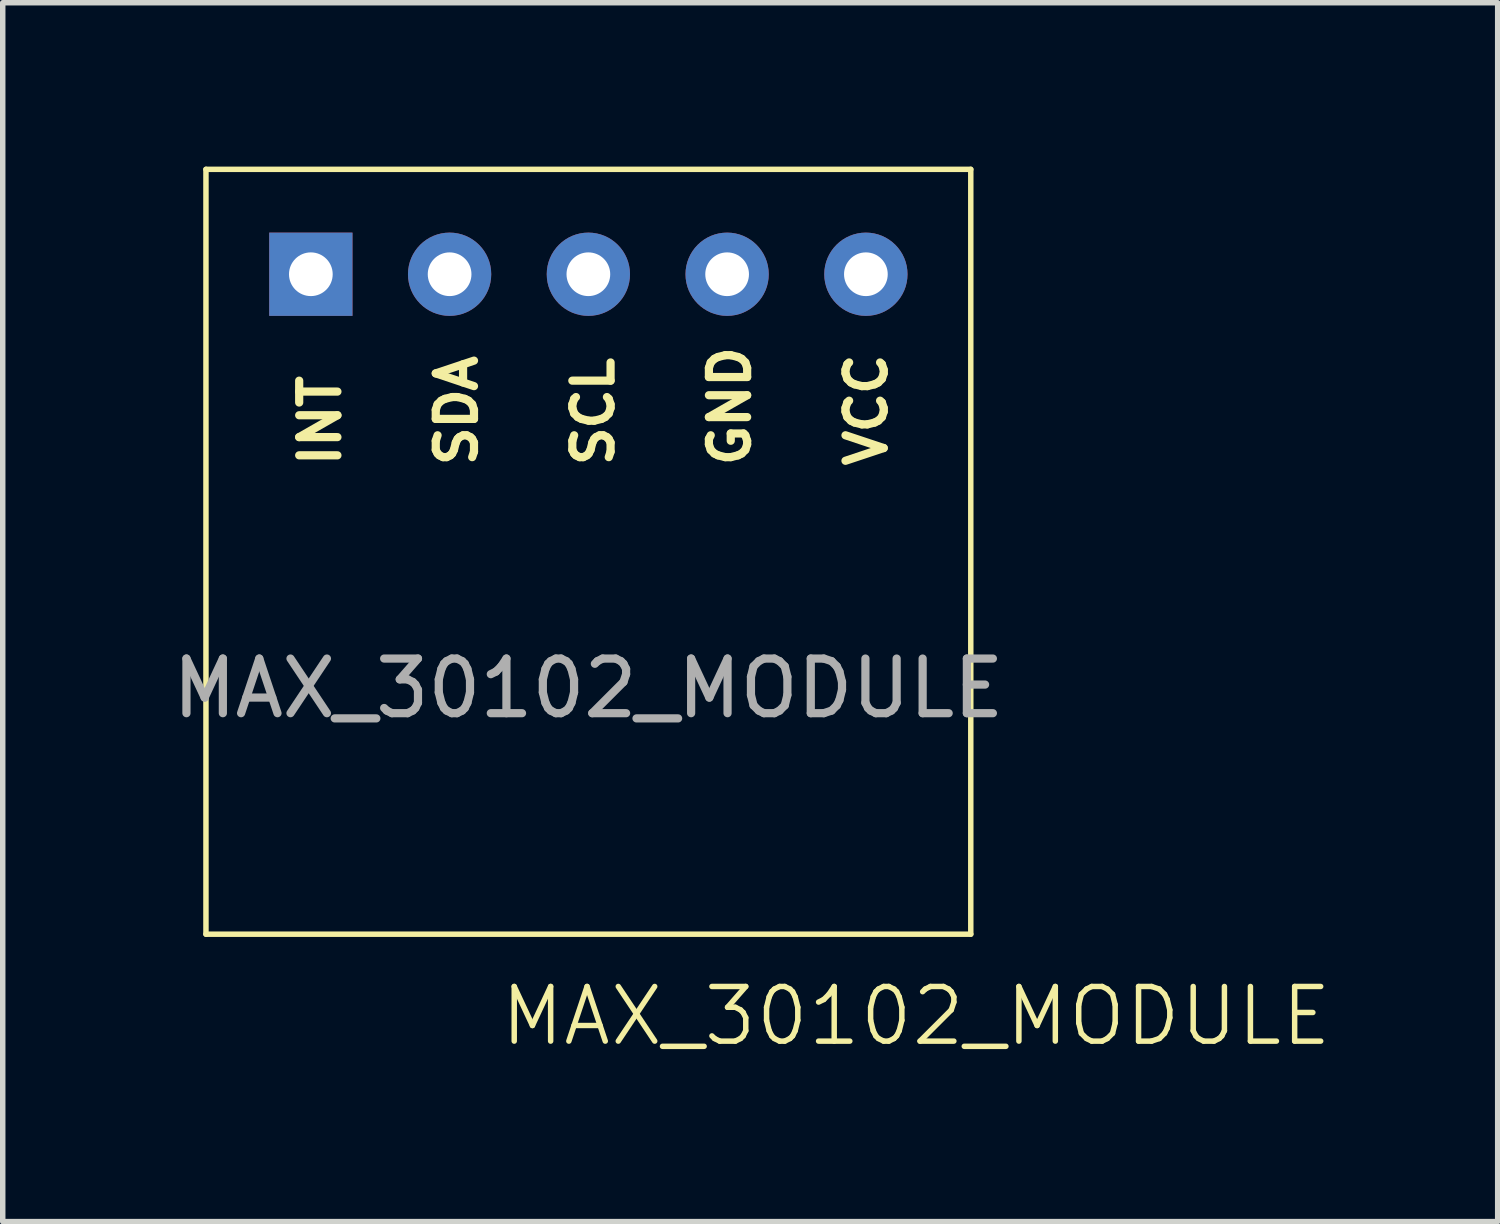
<source format=kicad_pcb>
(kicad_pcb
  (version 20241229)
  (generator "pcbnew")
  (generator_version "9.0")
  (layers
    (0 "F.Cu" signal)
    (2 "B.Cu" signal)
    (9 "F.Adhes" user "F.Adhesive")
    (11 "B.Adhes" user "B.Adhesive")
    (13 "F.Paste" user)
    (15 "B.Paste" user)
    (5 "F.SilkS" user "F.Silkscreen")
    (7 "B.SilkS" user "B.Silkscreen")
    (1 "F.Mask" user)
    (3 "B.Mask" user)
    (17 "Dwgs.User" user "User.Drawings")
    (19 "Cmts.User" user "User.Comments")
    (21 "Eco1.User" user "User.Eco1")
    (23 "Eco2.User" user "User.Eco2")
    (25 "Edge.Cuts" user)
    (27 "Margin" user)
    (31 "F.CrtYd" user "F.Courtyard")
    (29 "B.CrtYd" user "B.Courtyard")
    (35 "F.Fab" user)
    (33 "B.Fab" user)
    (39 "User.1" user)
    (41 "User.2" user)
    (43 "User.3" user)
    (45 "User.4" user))
  (footprint "MAX_30102_MODULE"
    (layer "F.Cu")
    (at 7.72 7.05)
    (property "Reference" "MAX_30102_MODULE" (at 6 8.5 0) (unlocked yes) (layer "F.SilkS") (effects (font (size 1 1) (thickness 0.1))))
    (attr through_hole)
    (fp_line (start -7 -7) (end 7 -7) (stroke (width 0.1) (type default)) (layer "F.SilkS"))
    (fp_line (start -7 7) (end -7 -7) (stroke (width 0.1) (type default)) (layer "F.SilkS"))
    (fp_line (start 7 -7) (end 7 7) (stroke (width 0.1) (type default)) (layer "F.SilkS"))
    (fp_line (start 7 7) (end -7 7) (stroke (width 0.1) (type default)) (layer "F.SilkS"))
    (fp_text user "SDA" (at -2 -1.5 90) (unlocked yes) (layer "F.SilkS") (effects (font (size 0.7 0.7) (thickness 0.15) (bold yes)) (justify left bottom)))
    (fp_text user "SCL" (at 0.5 -1.5 90) (unlocked yes) (layer "F.SilkS") (effects (font (size 0.7 0.7) (thickness 0.15) (bold yes)) (justify left bottom)))
    (fp_text user "GND" (at 3 -1.5 90) (unlocked yes) (layer "F.SilkS") (effects (font (size 0.7 0.7) (thickness 0.15) (bold yes)) (justify left bottom)))
    (fp_text user "INT" (at -4.5 -1.5 90) (unlocked yes) (layer "F.SilkS") (effects (font (size 0.7 0.7) (thickness 0.15) (bold yes)) (justify left bottom)))
    (fp_text user "VCC" (at 5.5 -1.5 90) (unlocked yes) (layer "F.SilkS") (effects (font (size 0.7 0.7) (thickness 0.15) (bold yes)) (justify left bottom)))
    (fp_text user "${REFERENCE}" (at 0 2.5 0) (unlocked yes) (layer "F.Fab") (effects (font (size 1 1) (thickness 0.15))))
    (pad "1" thru_hole rect (at -5.08 -5.08) (size 1.524 1.524) (drill 0.8) (layers "*.Cu" "*.Mask"))
    (pad "2" thru_hole circle (at -2.54 -5.08) (size 1.524 1.524) (drill 0.8) (layers "*.Cu" "*.Mask"))
    (pad "3" thru_hole circle (at 0 -5.08) (size 1.524 1.524) (drill 0.8) (layers "*.Cu" "*.Mask"))
    (pad "4" thru_hole circle (at 2.54 -5.08) (size 1.524 1.524) (drill 0.8) (layers "*.Cu" "*.Mask"))
    (pad "5" thru_hole circle (at 5.08 -5.08) (size 1.524 1.524) (drill 0.8) (layers "*.Cu" "*.Mask"))
    (zone (net_name "") (layer "F.SilkS") (hatch edge 0.5) (connect_pads) (min_thickness 0.25) (filled_areas_thickness no) (keepout (tracks allowed) (vias allowed) (pads not_allowed) (copperpour allowed) (footprints not_allowed)) (placement (enabled no)) (fill) (polygon (pts (xy 0.72 0.05) (xy 14.72 0.05) (xy 14.72 14.05) (xy 0.72 14.05)))))
  (gr_rect
    (start -3 -3)
    (end 24.365 19.311)
    (stroke (width 0.1) (type default))
    (fill no)
    (layer "Edge.Cuts")))
</source>
